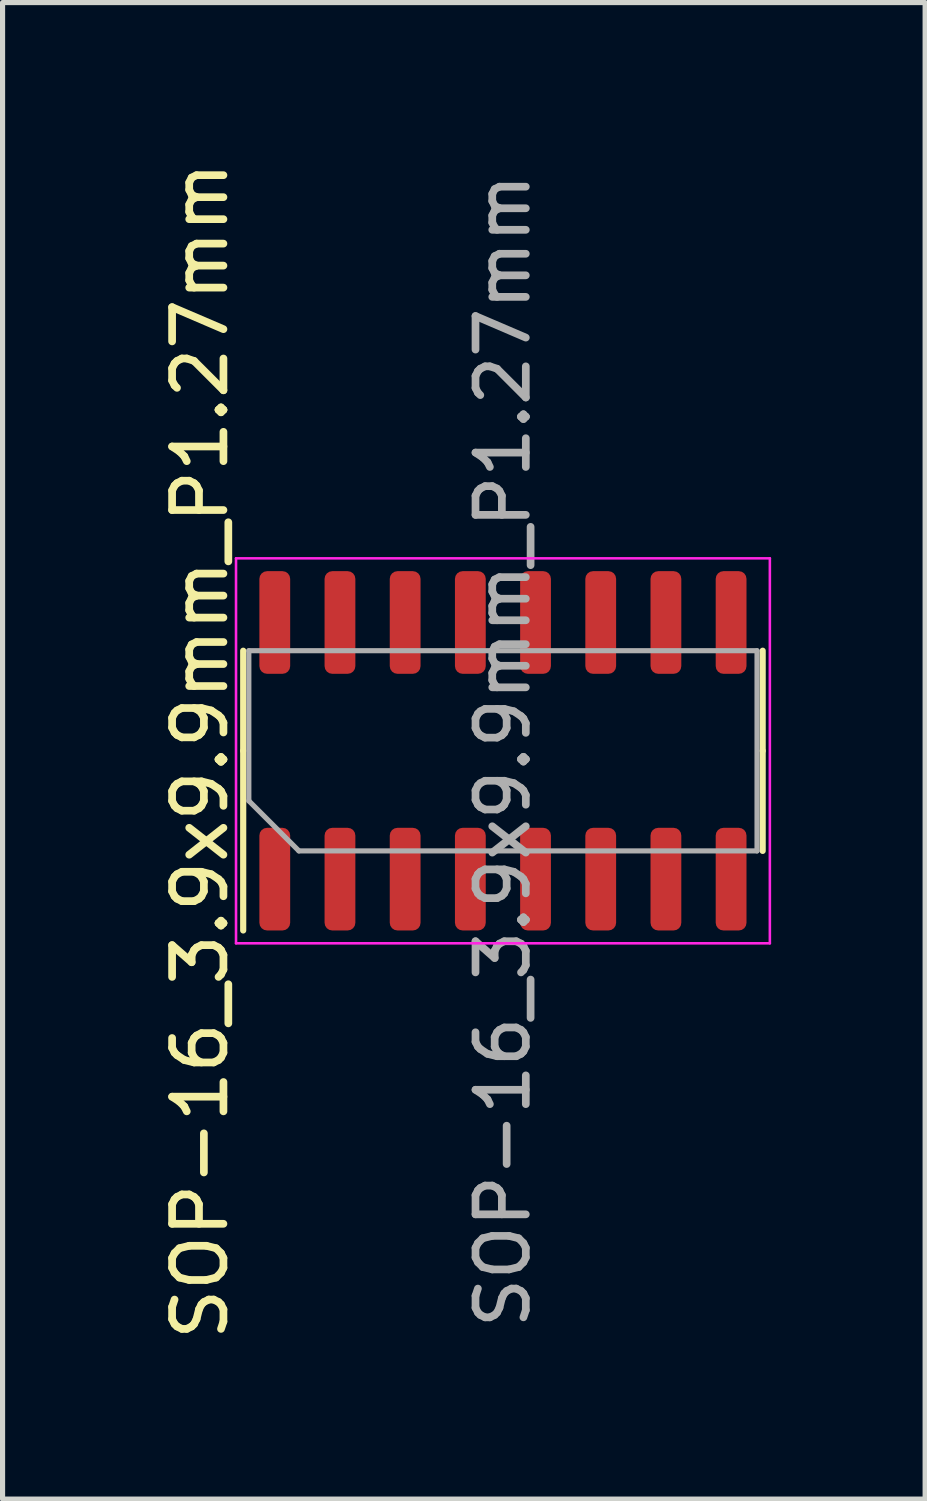
<source format=kicad_pcb>
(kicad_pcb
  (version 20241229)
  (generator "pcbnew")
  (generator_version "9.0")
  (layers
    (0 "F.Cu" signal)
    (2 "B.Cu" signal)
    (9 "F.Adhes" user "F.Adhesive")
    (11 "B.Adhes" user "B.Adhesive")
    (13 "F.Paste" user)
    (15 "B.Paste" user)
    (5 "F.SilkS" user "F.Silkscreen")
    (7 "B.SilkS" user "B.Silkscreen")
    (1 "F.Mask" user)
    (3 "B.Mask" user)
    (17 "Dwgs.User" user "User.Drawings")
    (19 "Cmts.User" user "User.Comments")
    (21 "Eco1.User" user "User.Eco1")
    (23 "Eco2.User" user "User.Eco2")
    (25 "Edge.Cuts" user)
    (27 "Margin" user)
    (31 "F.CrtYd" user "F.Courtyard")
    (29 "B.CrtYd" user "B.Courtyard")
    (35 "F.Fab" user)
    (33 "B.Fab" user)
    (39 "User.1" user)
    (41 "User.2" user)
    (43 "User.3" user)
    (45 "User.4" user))
  (footprint "SOP-16_3.9x9.9mm_P1.27mm"
    (layer "F.Cu")
    (at 6.748 11.577)
    (property "Reference" "SOP-16_3.9x9.9mm_P1.27mm" (at -5.9 0 90) (layer "F.SilkS") (effects (font (size 1 1) (thickness 0.15))))
    (attr smd)
    (fp_line (start -5.06 0) (end -5.06 -1.95) (stroke (width 0.12) (type solid)) (layer "F.SilkS"))
    (fp_line (start -5.06 0) (end -5.06 3.5) (stroke (width 0.12) (type solid)) (layer "F.SilkS"))
    (fp_line (start 5.06 0) (end 5.06 -1.95) (stroke (width 0.12) (type solid)) (layer "F.SilkS"))
    (fp_line (start 5.06 0) (end 5.06 1.95) (stroke (width 0.12) (type solid)) (layer "F.SilkS"))
    (fp_line (start -5.2 -3.75) (end -5.2 3.75) (stroke (width 0.05) (type solid)) (layer "F.CrtYd"))
    (fp_line (start -5.2 3.75) (end 5.2 3.75) (stroke (width 0.05) (type solid)) (layer "F.CrtYd"))
    (fp_line (start 5.2 -3.75) (end -5.2 -3.75) (stroke (width 0.05) (type solid)) (layer "F.CrtYd"))
    (fp_line (start 5.2 3.75) (end 5.2 -3.75) (stroke (width 0.05) (type solid)) (layer "F.CrtYd"))
    (fp_line (start -4.95 -1.95) (end 4.95 -1.95) (stroke (width 0.1) (type solid)) (layer "F.Fab"))
    (fp_line (start -4.95 0.975) (end -4.95 -1.95) (stroke (width 0.1) (type solid)) (layer "F.Fab"))
    (fp_line (start -3.975 1.95) (end -4.95 0.975) (stroke (width 0.1) (type solid)) (layer "F.Fab"))
    (fp_line (start 4.95 -1.95) (end 4.95 1.95) (stroke (width 0.1) (type solid)) (layer "F.Fab"))
    (fp_line (start 4.95 1.95) (end -3.975 1.95) (stroke (width 0.1) (type solid)) (layer "F.Fab"))
    (fp_text user "${REFERENCE}" (at 0 0 90) (layer "F.Fab") (effects (font (size 0.98 0.98) (thickness 0.15))))
    (pad "1" smd roundrect (at -4.445 2.5 90) (size 2 0.6) (layers "F.Cu" "F.Mask" "F.Paste") (roundrect_rratio 0.25))
    (pad "2" smd roundrect (at -3.175 2.5 90) (size 2 0.6) (layers "F.Cu" "F.Mask" "F.Paste") (roundrect_rratio 0.25))
    (pad "3" smd roundrect (at -1.905 2.5 90) (size 2 0.6) (layers "F.Cu" "F.Mask" "F.Paste") (roundrect_rratio 0.25))
    (pad "4" smd roundrect (at -0.635 2.5 90) (size 2 0.6) (layers "F.Cu" "F.Mask" "F.Paste") (roundrect_rratio 0.25))
    (pad "5" smd roundrect (at 0.635 2.5 90) (size 2 0.6) (layers "F.Cu" "F.Mask" "F.Paste") (roundrect_rratio 0.25))
    (pad "6" smd roundrect (at 1.905 2.5 90) (size 2 0.6) (layers "F.Cu" "F.Mask" "F.Paste") (roundrect_rratio 0.25))
    (pad "7" smd roundrect (at 3.175 2.5 90) (size 2 0.6) (layers "F.Cu" "F.Mask" "F.Paste") (roundrect_rratio 0.25))
    (pad "8" smd roundrect (at 4.445 2.5 90) (size 2 0.6) (layers "F.Cu" "F.Mask" "F.Paste") (roundrect_rratio 0.25))
    (pad "9" smd roundrect (at 4.445 -2.5 90) (size 2 0.6) (layers "F.Cu" "F.Mask" "F.Paste") (roundrect_rratio 0.25))
    (pad "10" smd roundrect (at 3.175 -2.5 90) (size 2 0.6) (layers "F.Cu" "F.Mask" "F.Paste") (roundrect_rratio 0.25))
    (pad "11" smd roundrect (at 1.905 -2.5 90) (size 2 0.6) (layers "F.Cu" "F.Mask" "F.Paste") (roundrect_rratio 0.25))
    (pad "12" smd roundrect (at 0.635 -2.5 90) (size 2 0.6) (layers "F.Cu" "F.Mask" "F.Paste") (roundrect_rratio 0.25))
    (pad "13" smd roundrect (at -0.635 -2.5 90) (size 2 0.6) (layers "F.Cu" "F.Mask" "F.Paste") (roundrect_rratio 0.25))
    (pad "14" smd roundrect (at -1.905 -2.5 90) (size 2 0.6) (layers "F.Cu" "F.Mask" "F.Paste") (roundrect_rratio 0.25))
    (pad "15" smd roundrect (at -3.175 -2.5 90) (size 2 0.6) (layers "F.Cu" "F.Mask" "F.Paste") (roundrect_rratio 0.25))
    (pad "16" smd roundrect (at -4.445 -2.5 90) (size 2 0.6) (layers "F.Cu" "F.Mask" "F.Paste") (roundrect_rratio 0.25)))
  (gr_rect
    (start -3 -3)
    (end 14.973 26.155)
    (stroke (width 0.1) (type default))
    (fill no)
    (layer "Edge.Cuts")))
</source>
